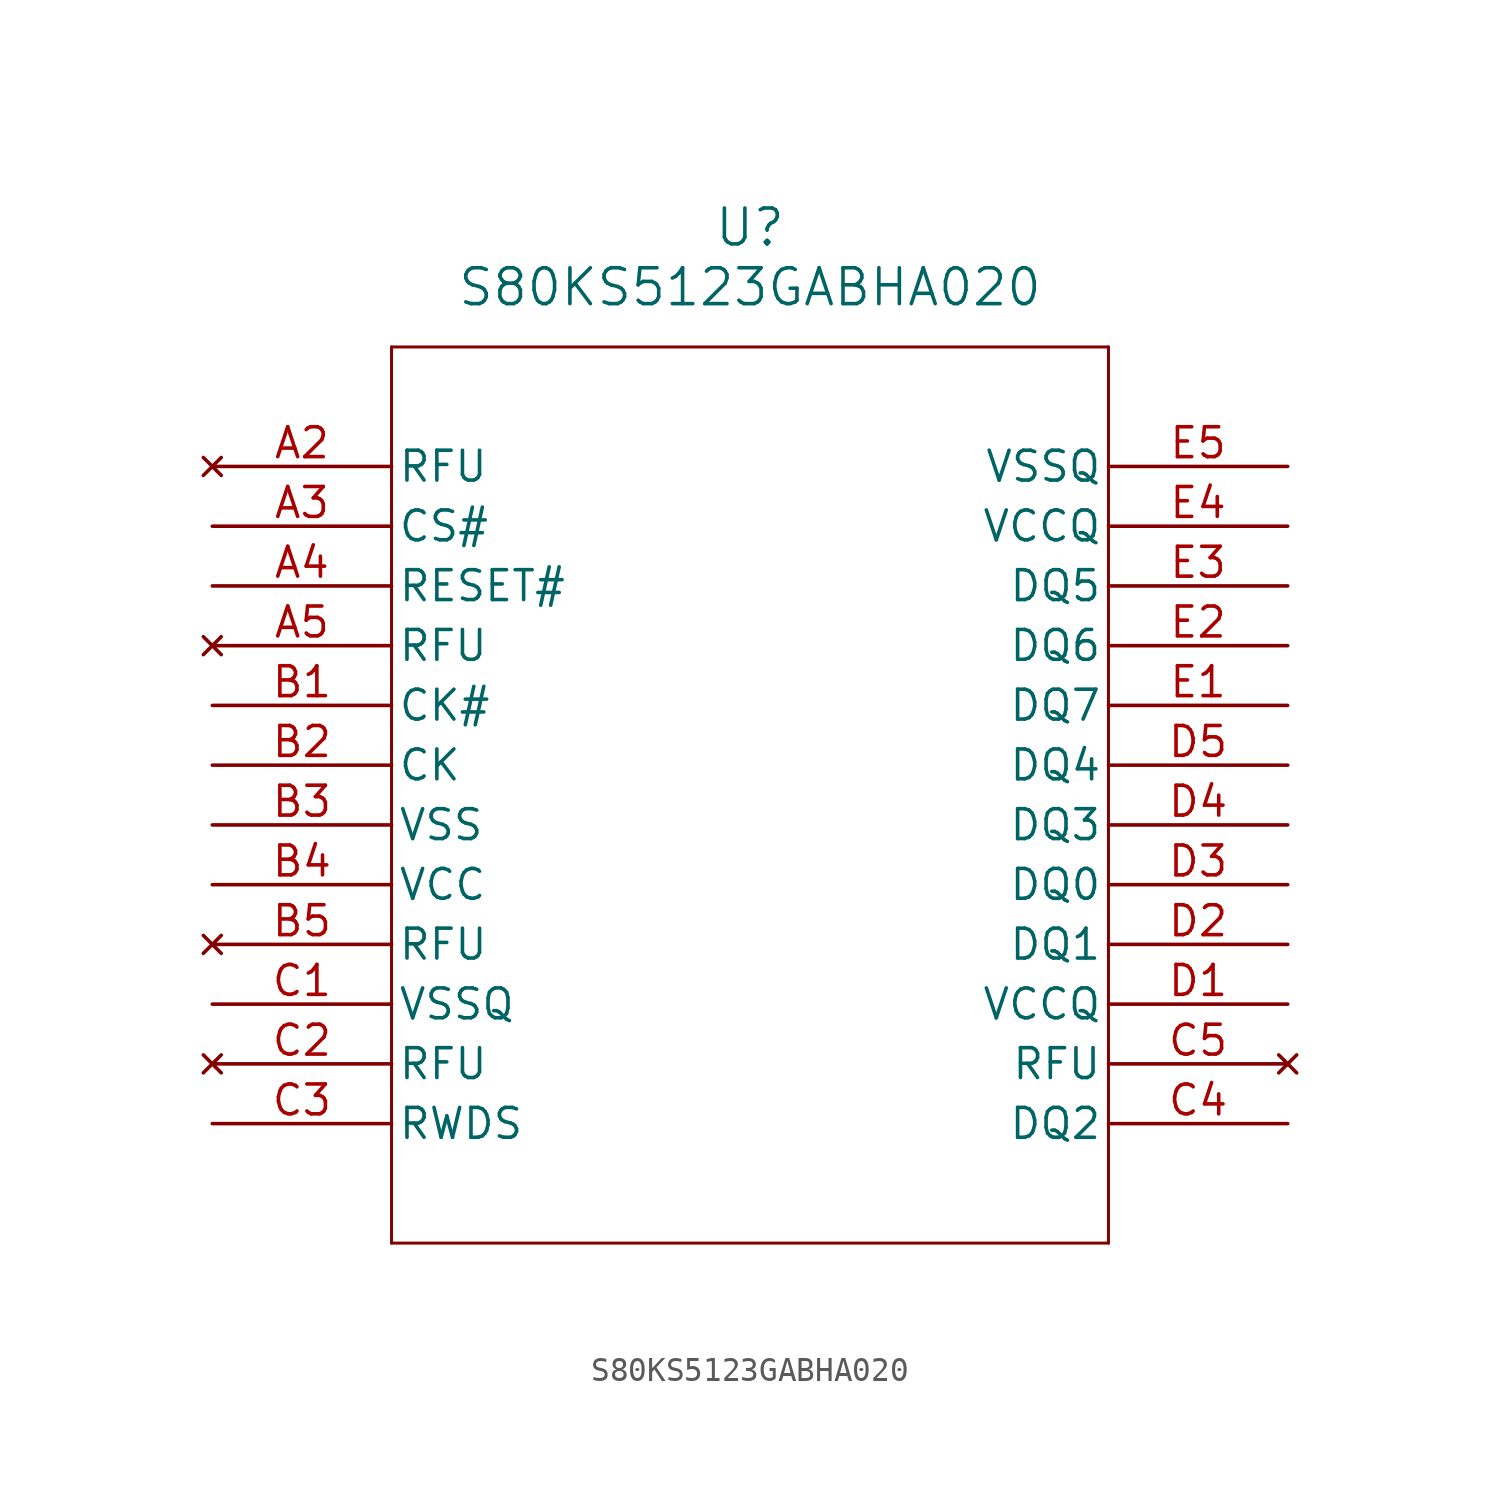
<source format=kicad_sym>
(kicad_symbol_lib
  (version 20211014)
  (generator kicad_symbol_editor)
  (symbol "S80KS5123GABHA020"
    (pin_names
      (offset 0.254))
    (property "Reference" "U"
      (at 22.86 10.16 0)
      (effects (font (size 1.524 1.524))))
    (property "Value" "S80KS5123GABHA020"
      (at 22.86 7.62 0)
      (effects (font (size 1.524 1.524))))
    (polyline
      (pts (xy 7.62 5.08) (xy 7.62 -33.02))
      (stroke (width 0.127) (type default) (color 0 0 0 0))
      (fill (type none)))
    (polyline
      (pts (xy 7.62 -33.02) (xy 38.1 -33.02))
      (stroke (width 0.127) (type default) (color 0 0 0 0))
      (fill (type none)))
    (polyline
      (pts (xy 38.1 -33.02) (xy 38.1 5.08))
      (stroke (width 0.127) (type default) (color 0 0 0 0))
      (fill (type none)))
    (polyline
      (pts (xy 38.1 5.08) (xy 7.62 5.08))
      (stroke (width 0.127) (type default) (color 0 0 0 0))
      (fill (type none)))
    (pin no_connect line
      (at 0 0 0)
      (length 7.62)
      (name "RFU" (effects (font (size 1.27 1.27))))
      (number "A2" (effects (font (size 1.27 1.27)))))
    (pin input line
      (at 0 -2.54 0)
      (length 7.62)
      (name "CS#" (effects (font (size 1.27 1.27))))
      (number "A3" (effects (font (size 1.27 1.27)))))
    (pin input line
      (at 0 -5.08 0)
      (length 7.62)
      (name "RESET#" (effects (font (size 1.27 1.27))))
      (number "A4" (effects (font (size 1.27 1.27)))))
    (pin no_connect line
      (at 0 -7.62 0)
      (length 7.62)
      (name "RFU" (effects (font (size 1.27 1.27))))
      (number "A5" (effects (font (size 1.27 1.27)))))
    (pin input line
      (at 0 -10.16 0)
      (length 7.62)
      (name "CK#" (effects (font (size 1.27 1.27))))
      (number "B1" (effects (font (size 1.27 1.27)))))
    (pin input line
      (at 0 -12.7 0)
      (length 7.62)
      (name "CK" (effects (font (size 1.27 1.27))))
      (number "B2" (effects (font (size 1.27 1.27)))))
    (pin power_out line
      (at 0 -15.24 0)
      (length 7.62)
      (name "VSS" (effects (font (size 1.27 1.27))))
      (number "B3" (effects (font (size 1.27 1.27)))))
    (pin power_in line
      (at 0 -17.78 0)
      (length 7.62)
      (name "VCC" (effects (font (size 1.27 1.27))))
      (number "B4" (effects (font (size 1.27 1.27)))))
    (pin no_connect line
      (at 0 -20.32 0)
      (length 7.62)
      (name "RFU" (effects (font (size 1.27 1.27))))
      (number "B5" (effects (font (size 1.27 1.27)))))
    (pin power_out line
      (at 0 -22.86 0)
      (length 7.62)
      (name "VSSQ" (effects (font (size 1.27 1.27))))
      (number "C1" (effects (font (size 1.27 1.27)))))
    (pin no_connect line
      (at 0 -25.4 0)
      (length 7.62)
      (name "RFU" (effects (font (size 1.27 1.27))))
      (number "C2" (effects (font (size 1.27 1.27)))))
    (pin bidirectional line
      (at 0 -27.94 0)
      (length 7.62)
      (name "RWDS" (effects (font (size 1.27 1.27))))
      (number "C3" (effects (font (size 1.27 1.27)))))
    (pin bidirectional line
      (at 45.72 -27.94 180)
      (length 7.62)
      (name "DQ2" (effects (font (size 1.27 1.27))))
      (number "C4" (effects (font (size 1.27 1.27)))))
    (pin no_connect line
      (at 45.72 -25.4 180)
      (length 7.62)
      (name "RFU" (effects (font (size 1.27 1.27))))
      (number "C5" (effects (font (size 1.27 1.27)))))
    (pin power_in line
      (at 45.72 -22.86 180)
      (length 7.62)
      (name "VCCQ" (effects (font (size 1.27 1.27))))
      (number "D1" (effects (font (size 1.27 1.27)))))
    (pin bidirectional line
      (at 45.72 -20.32 180)
      (length 7.62)
      (name "DQ1" (effects (font (size 1.27 1.27))))
      (number "D2" (effects (font (size 1.27 1.27)))))
    (pin bidirectional line
      (at 45.72 -17.78 180)
      (length 7.62)
      (name "DQ0" (effects (font (size 1.27 1.27))))
      (number "D3" (effects (font (size 1.27 1.27)))))
    (pin bidirectional line
      (at 45.72 -15.24 180)
      (length 7.62)
      (name "DQ3" (effects (font (size 1.27 1.27))))
      (number "D4" (effects (font (size 1.27 1.27)))))
    (pin bidirectional line
      (at 45.72 -12.7 180)
      (length 7.62)
      (name "DQ4" (effects (font (size 1.27 1.27))))
      (number "D5" (effects (font (size 1.27 1.27)))))
    (pin bidirectional line
      (at 45.72 -10.16 180)
      (length 7.62)
      (name "DQ7" (effects (font (size 1.27 1.27))))
      (number "E1" (effects (font (size 1.27 1.27)))))
    (pin bidirectional line
      (at 45.72 -7.62 180)
      (length 7.62)
      (name "DQ6" (effects (font (size 1.27 1.27))))
      (number "E2" (effects (font (size 1.27 1.27)))))
    (pin bidirectional line
      (at 45.72 -5.08 180)
      (length 7.62)
      (name "DQ5" (effects (font (size 1.27 1.27))))
      (number "E3" (effects (font (size 1.27 1.27)))))
    (pin power_in line
      (at 45.72 -2.54 180)
      (length 7.62)
      (name "VCCQ" (effects (font (size 1.27 1.27))))
      (number "E4" (effects (font (size 1.27 1.27)))))
    (pin power_out line
      (at 45.72 0 180)
      (length 7.62)
      (name "VSSQ" (effects (font (size 1.27 1.27))))
      (number "E5" (effects (font (size 1.27 1.27)))))))
</source>
